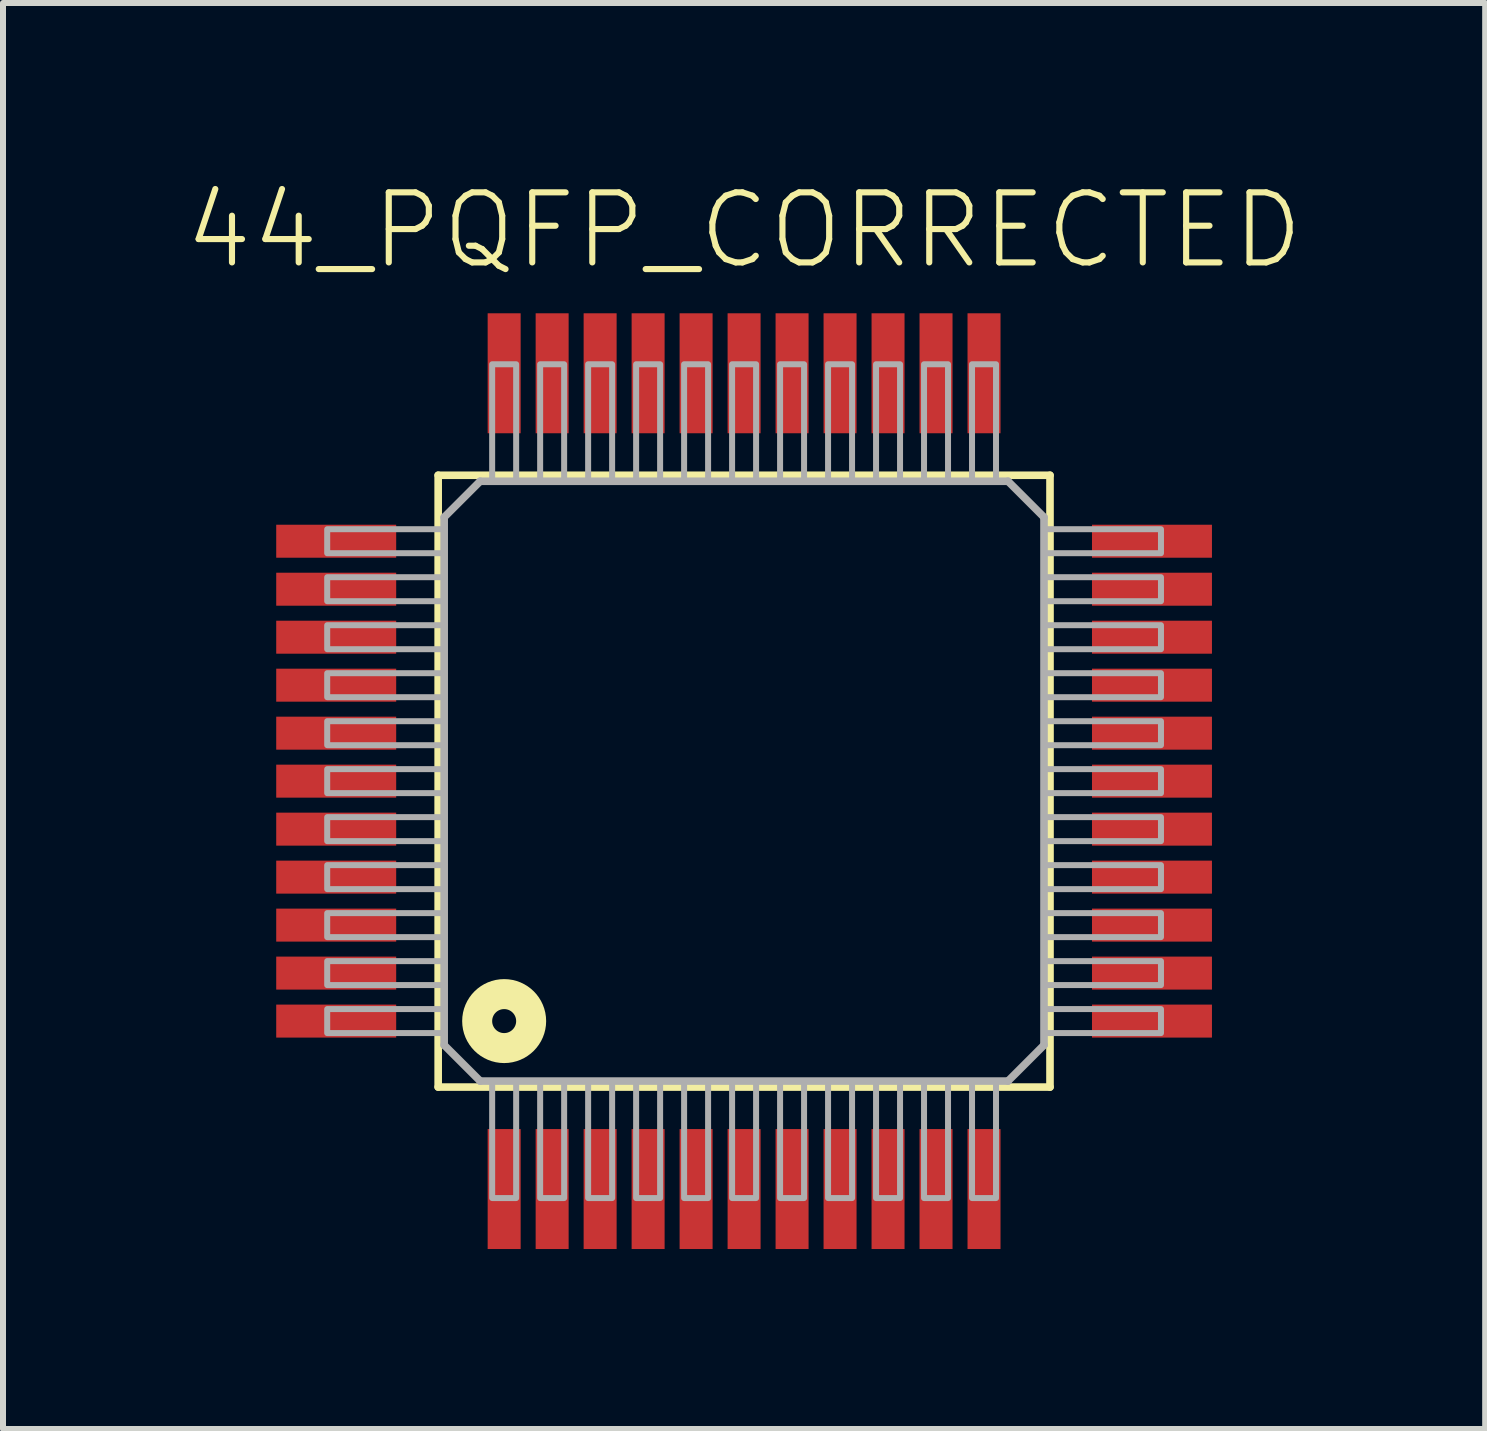
<source format=kicad_pcb>
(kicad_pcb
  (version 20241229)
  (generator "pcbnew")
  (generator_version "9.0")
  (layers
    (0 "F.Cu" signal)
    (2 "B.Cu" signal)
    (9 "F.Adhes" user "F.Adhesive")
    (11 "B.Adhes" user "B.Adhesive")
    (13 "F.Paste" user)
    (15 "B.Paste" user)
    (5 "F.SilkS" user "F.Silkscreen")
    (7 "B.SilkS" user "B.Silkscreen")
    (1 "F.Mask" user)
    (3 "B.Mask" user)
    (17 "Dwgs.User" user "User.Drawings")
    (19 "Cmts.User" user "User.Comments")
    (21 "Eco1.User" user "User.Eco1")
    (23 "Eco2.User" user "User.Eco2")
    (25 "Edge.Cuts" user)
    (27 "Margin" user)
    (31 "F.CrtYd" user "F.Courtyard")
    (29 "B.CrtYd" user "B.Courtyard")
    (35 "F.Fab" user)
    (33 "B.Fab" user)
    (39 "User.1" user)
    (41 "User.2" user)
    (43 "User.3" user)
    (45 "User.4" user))
  (footprint "44_PQFP_CORRECTED"
    (layer "F.Cu")
    (at 9.355 9.973)
    (property "Reference" "44_PQFP_CORRECTED" (at 0 -8.5 0) (unlocked yes) (layer "F.SilkS") (effects (font (size 1.168 1.168) (thickness 0.102)) (justify bottom)))
    (fp_line (start -5.1 -5.1) (end 5.1 -5.1) (stroke (width 0.127) (type solid)) (layer "F.SilkS"))
    (fp_line (start -5.1 5.1) (end -5.1 -5.1) (stroke (width 0.127) (type solid)) (layer "F.SilkS"))
    (fp_line (start 5.1 -5.1) (end 5.1 5.1) (stroke (width 0.127) (type solid)) (layer "F.SilkS"))
    (fp_line (start 5.1 5.1) (end -5.1 5.1) (stroke (width 0.127) (type solid)) (layer "F.SilkS"))
    (fp_circle (center -4 4) (end -3.8 4) (stroke (width 0.5) (type solid)) (fill no) (layer "F.SilkS"))
    (fp_line (start -5 -4.4) (end -5 4.4) (stroke (width 0.127) (type solid)) (layer "F.Fab"))
    (fp_line (start -5 -4.4) (end -4.4 -5) (stroke (width 0.127) (type solid)) (layer "F.Fab"))
    (fp_line (start -5 4.4) (end -4.4 5) (stroke (width 0.127) (type solid)) (layer "F.Fab"))
    (fp_line (start -4.4 5) (end 4.4 5) (stroke (width 0.127) (type solid)) (layer "F.Fab"))
    (fp_line (start 4.4 -5) (end -4.4 -5) (stroke (width 0.127) (type solid)) (layer "F.Fab"))
    (fp_line (start 4.4 -5) (end 5 -4.4) (stroke (width 0.127) (type solid)) (layer "F.Fab"))
    (fp_line (start 4.4 5) (end 5 4.4) (stroke (width 0.127) (type solid)) (layer "F.Fab"))
    (fp_line (start 5 4.4) (end 5 -4.4) (stroke (width 0.127) (type solid)) (layer "F.Fab"))
    (fp_poly (pts (xy -6.95 -3.8) (xy -5 -3.8) (xy -5 -4.2) (xy -6.95 -4.2)) (stroke (width 0.1) (type default)) (fill no) (layer "F.Fab"))
    (fp_poly (pts (xy -6.95 -3) (xy -5 -3) (xy -5 -3.4) (xy -6.95 -3.4)) (stroke (width 0.1) (type default)) (fill no) (layer "F.Fab"))
    (fp_poly (pts (xy -6.95 -2.2) (xy -5 -2.2) (xy -5 -2.6) (xy -6.95 -2.6)) (stroke (width 0.1) (type default)) (fill no) (layer "F.Fab"))
    (fp_poly (pts (xy -6.95 -1.4) (xy -5 -1.4) (xy -5 -1.8) (xy -6.95 -1.8)) (stroke (width 0.1) (type default)) (fill no) (layer "F.Fab"))
    (fp_poly (pts (xy -6.95 -0.6) (xy -5 -0.6) (xy -5 -1) (xy -6.95 -1)) (stroke (width 0.1) (type default)) (fill no) (layer "F.Fab"))
    (fp_poly (pts (xy -6.95 0.2) (xy -5 0.2) (xy -5 -0.2) (xy -6.95 -0.2)) (stroke (width 0.1) (type default)) (fill no) (layer "F.Fab"))
    (fp_poly (pts (xy -6.95 1) (xy -5 1) (xy -5 0.6) (xy -6.95 0.6)) (stroke (width 0.1) (type default)) (fill no) (layer "F.Fab"))
    (fp_poly (pts (xy -6.95 1.8) (xy -5 1.8) (xy -5 1.4) (xy -6.95 1.4)) (stroke (width 0.1) (type default)) (fill no) (layer "F.Fab"))
    (fp_poly (pts (xy -6.95 2.6) (xy -5 2.6) (xy -5 2.2) (xy -6.95 2.2)) (stroke (width 0.1) (type default)) (fill no) (layer "F.Fab"))
    (fp_poly (pts (xy -6.95 3.4) (xy -5 3.4) (xy -5 3) (xy -6.95 3)) (stroke (width 0.1) (type default)) (fill no) (layer "F.Fab"))
    (fp_poly (pts (xy -6.95 4.2) (xy -5 4.2) (xy -5 3.8) (xy -6.95 3.8)) (stroke (width 0.1) (type default)) (fill no) (layer "F.Fab"))
    (fp_poly (pts (xy -4.2 -5) (xy -3.8 -5) (xy -3.8 -6.95) (xy -4.2 -6.95)) (stroke (width 0.1) (type default)) (fill no) (layer "F.Fab"))
    (fp_poly (pts (xy -4.2 6.95) (xy -3.8 6.95) (xy -3.8 5) (xy -4.2 5)) (stroke (width 0.1) (type default)) (fill no) (layer "F.Fab"))
    (fp_poly (pts (xy -3.4 -5) (xy -3 -5) (xy -3 -6.95) (xy -3.4 -6.95)) (stroke (width 0.1) (type default)) (fill no) (layer "F.Fab"))
    (fp_poly (pts (xy -3.4 6.95) (xy -3 6.95) (xy -3 5) (xy -3.4 5)) (stroke (width 0.1) (type default)) (fill no) (layer "F.Fab"))
    (fp_poly (pts (xy -2.6 -5) (xy -2.2 -5) (xy -2.2 -6.95) (xy -2.6 -6.95)) (stroke (width 0.1) (type default)) (fill no) (layer "F.Fab"))
    (fp_poly (pts (xy -2.6 6.95) (xy -2.2 6.95) (xy -2.2 5) (xy -2.6 5)) (stroke (width 0.1) (type default)) (fill no) (layer "F.Fab"))
    (fp_poly (pts (xy -1.8 -5) (xy -1.4 -5) (xy -1.4 -6.95) (xy -1.8 -6.95)) (stroke (width 0.1) (type default)) (fill no) (layer "F.Fab"))
    (fp_poly (pts (xy -1.8 6.95) (xy -1.4 6.95) (xy -1.4 5) (xy -1.8 5)) (stroke (width 0.1) (type default)) (fill no) (layer "F.Fab"))
    (fp_poly (pts (xy -1 -5) (xy -0.6 -5) (xy -0.6 -6.95) (xy -1 -6.95)) (stroke (width 0.1) (type default)) (fill no) (layer "F.Fab"))
    (fp_poly (pts (xy -1 6.95) (xy -0.6 6.95) (xy -0.6 5) (xy -1 5)) (stroke (width 0.1) (type default)) (fill no) (layer "F.Fab"))
    (fp_poly (pts (xy -0.2 -5) (xy 0.2 -5) (xy 0.2 -6.95) (xy -0.2 -6.95)) (stroke (width 0.1) (type default)) (fill no) (layer "F.Fab"))
    (fp_poly (pts (xy -0.2 6.95) (xy 0.2 6.95) (xy 0.2 5) (xy -0.2 5)) (stroke (width 0.1) (type default)) (fill no) (layer "F.Fab"))
    (fp_poly (pts (xy 0.6 -5) (xy 1 -5) (xy 1 -6.95) (xy 0.6 -6.95)) (stroke (width 0.1) (type default)) (fill no) (layer "F.Fab"))
    (fp_poly (pts (xy 0.6 6.95) (xy 1 6.95) (xy 1 5) (xy 0.6 5)) (stroke (width 0.1) (type default)) (fill no) (layer "F.Fab"))
    (fp_poly (pts (xy 1.4 -5) (xy 1.8 -5) (xy 1.8 -6.95) (xy 1.4 -6.95)) (stroke (width 0.1) (type default)) (fill no) (layer "F.Fab"))
    (fp_poly (pts (xy 1.4 6.95) (xy 1.8 6.95) (xy 1.8 5) (xy 1.4 5)) (stroke (width 0.1) (type default)) (fill no) (layer "F.Fab"))
    (fp_poly (pts (xy 2.2 -5) (xy 2.6 -5) (xy 2.6 -6.95) (xy 2.2 -6.95)) (stroke (width 0.1) (type default)) (fill no) (layer "F.Fab"))
    (fp_poly (pts (xy 2.2 6.95) (xy 2.6 6.95) (xy 2.6 5) (xy 2.2 5)) (stroke (width 0.1) (type default)) (fill no) (layer "F.Fab"))
    (fp_poly (pts (xy 3 -5) (xy 3.4 -5) (xy 3.4 -6.95) (xy 3 -6.95)) (stroke (width 0.1) (type default)) (fill no) (layer "F.Fab"))
    (fp_poly (pts (xy 3 6.95) (xy 3.4 6.95) (xy 3.4 5) (xy 3 5)) (stroke (width 0.1) (type default)) (fill no) (layer "F.Fab"))
    (fp_poly (pts (xy 3.8 -5) (xy 4.2 -5) (xy 4.2 -6.95) (xy 3.8 -6.95)) (stroke (width 0.1) (type default)) (fill no) (layer "F.Fab"))
    (fp_poly (pts (xy 3.8 6.95) (xy 4.2 6.95) (xy 4.2 5) (xy 3.8 5)) (stroke (width 0.1) (type default)) (fill no) (layer "F.Fab"))
    (fp_poly (pts (xy 5 -3.8) (xy 6.95 -3.8) (xy 6.95 -4.2) (xy 5 -4.2)) (stroke (width 0.1) (type default)) (fill no) (layer "F.Fab"))
    (fp_poly (pts (xy 5 -3) (xy 6.95 -3) (xy 6.95 -3.4) (xy 5 -3.4)) (stroke (width 0.1) (type default)) (fill no) (layer "F.Fab"))
    (fp_poly (pts (xy 5 -2.2) (xy 6.95 -2.2) (xy 6.95 -2.6) (xy 5 -2.6)) (stroke (width 0.1) (type default)) (fill no) (layer "F.Fab"))
    (fp_poly (pts (xy 5 -1.4) (xy 6.95 -1.4) (xy 6.95 -1.8) (xy 5 -1.8)) (stroke (width 0.1) (type default)) (fill no) (layer "F.Fab"))
    (fp_poly (pts (xy 5 -0.6) (xy 6.95 -0.6) (xy 6.95 -1) (xy 5 -1)) (stroke (width 0.1) (type default)) (fill no) (layer "F.Fab"))
    (fp_poly (pts (xy 5 0.2) (xy 6.95 0.2) (xy 6.95 -0.2) (xy 5 -0.2)) (stroke (width 0.1) (type default)) (fill no) (layer "F.Fab"))
    (fp_poly (pts (xy 5 1) (xy 6.95 1) (xy 6.95 0.6) (xy 5 0.6)) (stroke (width 0.1) (type default)) (fill no) (layer "F.Fab"))
    (fp_poly (pts (xy 5 1.8) (xy 6.95 1.8) (xy 6.95 1.4) (xy 5 1.4)) (stroke (width 0.1) (type default)) (fill no) (layer "F.Fab"))
    (fp_poly (pts (xy 5 2.6) (xy 6.95 2.6) (xy 6.95 2.2) (xy 5 2.2)) (stroke (width 0.1) (type default)) (fill no) (layer "F.Fab"))
    (fp_poly (pts (xy 5 3.4) (xy 6.95 3.4) (xy 6.95 3) (xy 5 3)) (stroke (width 0.1) (type default)) (fill no) (layer "F.Fab"))
    (fp_poly (pts (xy 5 4.2) (xy 6.95 4.2) (xy 6.95 3.8) (xy 5 3.8)) (stroke (width 0.1) (type default)) (fill no) (layer "F.Fab"))
    (pad "BL" smd rect (at -4 -6.8) (size 0.55 2) (layers "F.Cu" "F.Mask" "F.Paste"))
    (pad "CLK" smd rect (at 0 -6.8) (size 0.55 2) (layers "F.Cu" "F.Mask" "F.Paste"))
    (pad "DIN" smd rect (at -3.2 -6.8) (size 0.55 2) (layers "F.Cu" "F.Mask" "F.Paste"))
    (pad "DOUT" smd rect (at 4 -6.8) (size 0.55 2) (layers "F.Cu" "F.Mask" "F.Paste"))
    (pad "HV1" smd rect (at -6.8 -3.2) (size 2 0.55) (layers "F.Cu" "F.Mask" "F.Paste"))
    (pad "HV2" smd rect (at -6.8 -2.4) (size 2 0.55) (layers "F.Cu" "F.Mask" "F.Paste"))
    (pad "HV3" smd rect (at -6.8 -1.6) (size 2 0.55) (layers "F.Cu" "F.Mask" "F.Paste"))
    (pad "HV4" smd rect (at -6.8 -0.8) (size 2 0.55) (layers "F.Cu" "F.Mask" "F.Paste"))
    (pad "HV5" smd rect (at -6.8 0) (size 2 0.55) (layers "F.Cu" "F.Mask" "F.Paste"))
    (pad "HV6" smd rect (at -6.8 0.8) (size 2 0.55) (layers "F.Cu" "F.Mask" "F.Paste"))
    (pad "HV7" smd rect (at -6.8 1.6) (size 2 0.55) (layers "F.Cu" "F.Mask" "F.Paste"))
    (pad "HV8" smd rect (at -6.8 2.4) (size 2 0.55) (layers "F.Cu" "F.Mask" "F.Paste"))
    (pad "HV9" smd rect (at -6.8 3.2) (size 2 0.55) (layers "F.Cu" "F.Mask" "F.Paste"))
    (pad "HV10" smd rect (at -6.8 4) (size 2 0.55) (layers "F.Cu" "F.Mask" "F.Paste"))
    (pad "HV11" smd rect (at -4 6.8) (size 0.55 2) (layers "F.Cu" "F.Mask" "F.Paste"))
    (pad "HV12" smd rect (at -3.2 6.8) (size 0.55 2) (layers "F.Cu" "F.Mask" "F.Paste"))
    (pad "HV13" smd rect (at -2.4 6.8) (size 0.55 2) (layers "F.Cu" "F.Mask" "F.Paste"))
    (pad "HV14" smd rect (at -1.6 6.8) (size 0.55 2) (layers "F.Cu" "F.Mask" "F.Paste"))
    (pad "HV15" smd rect (at -0.8 6.8) (size 0.55 2) (layers "F.Cu" "F.Mask" "F.Paste"))
    (pad "HV16" smd rect (at 0 6.8) (size 0.55 2) (layers "F.Cu" "F.Mask" "F.Paste"))
    (pad "HV17" smd rect (at 0.8 6.8) (size 0.55 2) (layers "F.Cu" "F.Mask" "F.Paste"))
    (pad "HV18" smd rect (at 1.6 6.8) (size 0.55 2) (layers "F.Cu" "F.Mask" "F.Paste"))
    (pad "HV19" smd rect (at 2.4 6.8) (size 0.55 2) (layers "F.Cu" "F.Mask" "F.Paste"))
    (pad "HV20" smd rect (at 3.2 6.8) (size 0.55 2) (layers "F.Cu" "F.Mask" "F.Paste"))
    (pad "HV21" smd rect (at 4 6.8) (size 0.55 2) (layers "F.Cu" "F.Mask" "F.Paste"))
    (pad "HV22" smd rect (at 6.8 4) (size 2 0.55) (layers "F.Cu" "F.Mask" "F.Paste"))
    (pad "HV23" smd rect (at 6.8 3.2) (size 2 0.55) (layers "F.Cu" "F.Mask" "F.Paste"))
    (pad "HV24" smd rect (at 6.8 2.4) (size 2 0.55) (layers "F.Cu" "F.Mask" "F.Paste"))
    (pad "HV25" smd rect (at 6.8 1.6) (size 2 0.55) (layers "F.Cu" "F.Mask" "F.Paste"))
    (pad "HV26" smd rect (at 6.8 0.8) (size 2 0.55) (layers "F.Cu" "F.Mask" "F.Paste"))
    (pad "HV27" smd rect (at 6.8 0) (size 2 0.55) (layers "F.Cu" "F.Mask" "F.Paste"))
    (pad "HV28" smd rect (at 6.8 -0.8) (size 2 0.55) (layers "F.Cu" "F.Mask" "F.Paste"))
    (pad "HV29" smd rect (at 6.8 -1.6) (size 2 0.55) (layers "F.Cu" "F.Mask" "F.Paste"))
    (pad "HV30" smd rect (at 6.8 -2.4) (size 2 0.55) (layers "F.Cu" "F.Mask" "F.Paste"))
    (pad "HV31" smd rect (at 6.8 -3.2) (size 2 0.55) (layers "F.Cu" "F.Mask" "F.Paste"))
    (pad "HV32" smd rect (at 6.8 -4) (size 2 0.55) (layers "F.Cu" "F.Mask" "F.Paste"))
    (pad "LE" smd rect (at -2.4 -6.8) (size 0.55 2) (layers "F.Cu" "F.Mask" "F.Paste"))
    (pad "NC@1" smd rect (at 3.2 -6.8) (size 0.55 2) (layers "F.Cu" "F.Mask" "F.Paste"))
    (pad "NC@2" smd rect (at 2.4 -6.8) (size 0.55 2) (layers "F.Cu" "F.Mask" "F.Paste"))
    (pad "NC@3" smd rect (at 1.6 -6.8) (size 0.55 2) (layers "F.Cu" "F.Mask" "F.Paste"))
    (pad "NC@4" smd rect (at -6.8 -4) (size 2 0.55) (layers "F.Cu" "F.Mask" "F.Paste"))
    (pad "POL" smd rect (at 0.8 -6.8) (size 0.55 2) (layers "F.Cu" "F.Mask" "F.Paste"))
    (pad "VDD" smd rect (at -1.6 -6.8) (size 0.55 2) (layers "F.Cu" "F.Mask" "F.Paste"))
    (pad "VSS" smd rect (at -0.8 -6.8) (size 0.55 2) (layers "F.Cu" "F.Mask" "F.Paste")))
  (gr_rect
    (start -3 -3)
    (end 21.71 20.773)
    (stroke (width 0.1) (type default))
    (fill no)
    (layer "Edge.Cuts")))
</source>
